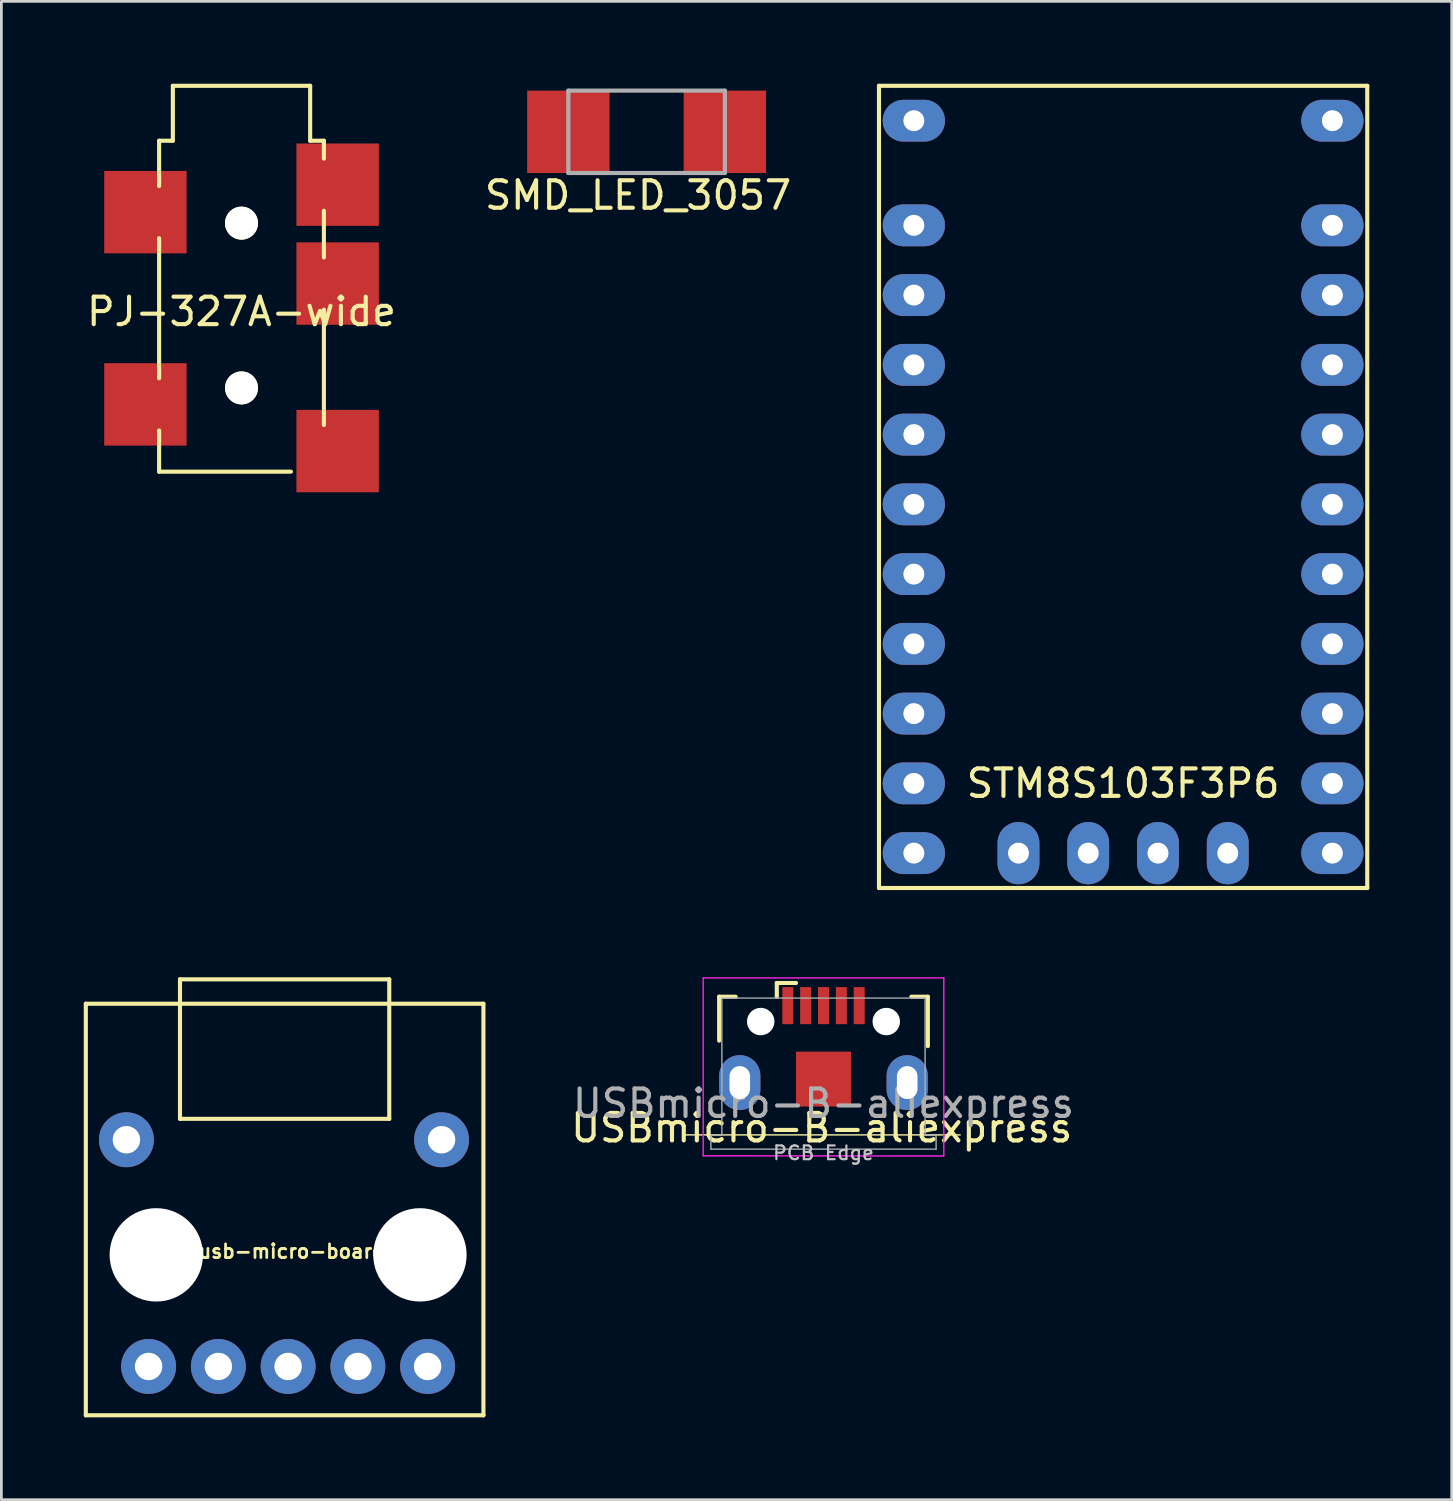
<source format=kicad_pcb>
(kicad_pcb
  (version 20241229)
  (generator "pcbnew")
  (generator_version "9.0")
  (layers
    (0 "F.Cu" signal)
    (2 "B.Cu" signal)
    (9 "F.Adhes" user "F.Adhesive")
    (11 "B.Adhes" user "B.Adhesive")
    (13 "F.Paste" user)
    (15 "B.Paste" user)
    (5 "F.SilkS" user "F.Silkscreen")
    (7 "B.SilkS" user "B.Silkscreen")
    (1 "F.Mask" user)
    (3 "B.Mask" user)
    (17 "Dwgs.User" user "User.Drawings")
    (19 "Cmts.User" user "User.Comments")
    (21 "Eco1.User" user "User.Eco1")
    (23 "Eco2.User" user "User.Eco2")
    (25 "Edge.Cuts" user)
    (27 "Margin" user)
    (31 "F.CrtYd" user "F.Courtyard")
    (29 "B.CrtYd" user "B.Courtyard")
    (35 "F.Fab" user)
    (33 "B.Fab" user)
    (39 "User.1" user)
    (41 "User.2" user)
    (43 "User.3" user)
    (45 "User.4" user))
  (footprint "USBmicro-B-aliexpress"
    (layer "F.Cu")
    (at 26.936 36.243)
    (property "Reference" "USBmicro-B-aliexpress" (at -0.064 1.778 0) (layer "F.SilkS") (effects (font (size 1 1) (thickness 0.15))))
    (attr through_hole)
    (fp_line (start -3.8 -3) (end -3.2 -3) (stroke (width 0.15) (type solid)) (layer "F.SilkS"))
    (fp_line (start -3.8 -1.4) (end -3.8 -3) (stroke (width 0.15) (type solid)) (layer "F.SilkS"))
    (fp_line (start -1.7 -3.5) (end -1.7 -3) (stroke (width 0.15) (type solid)) (layer "F.SilkS"))
    (fp_line (start -1 -3.5) (end -1.7 -3.5) (stroke (width 0.15) (type solid)) (layer "F.SilkS"))
    (fp_line (start 3.8 -3) (end 3.2 -3) (stroke (width 0.15) (type solid)) (layer "F.SilkS"))
    (fp_line (start 3.8 -1.2) (end 3.8 -3) (stroke (width 0.15) (type solid)) (layer "F.SilkS"))
    (fp_line (start 4.978 2.032) (end -5.022 2.032) (stroke (width 0.05) (type solid)) (layer "F.SilkS"))
    (fp_line (start -4.381 -3.683) (end -4.381 2.794) (stroke (width 0.05) (type solid)) (layer "F.CrtYd"))
    (fp_line (start -4.381 2.794) (end 4.381 2.8) (stroke (width 0.05) (type solid)) (layer "F.CrtYd"))
    (fp_line (start 4.381 -3.683) (end -4.381 -3.683) (stroke (width 0.05) (type solid)) (layer "F.CrtYd"))
    (fp_line (start 4.381 2.794) (end 4.381 -3.683) (stroke (width 0.05) (type solid)) (layer "F.CrtYd"))
    (fp_line (start -4.1 2.05) (end -3.7 2.05) (stroke (width 0.05) (type solid)) (layer "F.Fab"))
    (fp_line (start -4.1 2.55) (end -4.1 2.05) (stroke (width 0.05) (type solid)) (layer "F.Fab"))
    (fp_line (start -4.1 2.55) (end 4.1 2.55) (stroke (width 0.05) (type solid)) (layer "F.Fab"))
    (fp_line (start -3.7 -2.95) (end -3.7 2.05) (stroke (width 0.05) (type solid)) (layer "F.Fab"))
    (fp_line (start 3.7 -2.95) (end -3.7 -2.95) (stroke (width 0.05) (type solid)) (layer "F.Fab"))
    (fp_line (start 3.7 2.05) (end 3.7 -2.95) (stroke (width 0.05) (type solid)) (layer "F.Fab"))
    (fp_line (start 4.1 2.05) (end 3.7 2.05) (stroke (width 0.05) (type solid)) (layer "F.Fab"))
    (fp_line (start 4.1 2.55) (end 4.1 2.05) (stroke (width 0.05) (type solid)) (layer "F.Fab"))
    (fp_text user "PCB Edge" (at 0 2.688 0) (layer "Dwgs.User") (effects (font (size 0.5 0.5) (thickness 0.08))))
    (fp_text user "${REFERENCE}" (at 0 0.887 0) (layer "F.Fab") (effects (font (size 1 1) (thickness 0.15))))
    (pad "" thru_hole oval (at -3.048 0.127) (size 1.5 2) (drill oval 0.75 1.2) (layers "*.Cu" "*.Mask" "F.Paste"))
    (pad "" np_thru_hole oval (at -2.286 -2.095) (size 1 1) (drill oval 1) (layers "*.Cu" "*.Mask"))
    (pad "" smd rect (at 0 0) (size 2 2) (layers "F.Cu" "F.Mask" "F.Paste"))
    (pad "" np_thru_hole oval (at 2.286 -2.095) (size 1 1) (drill oval 1) (layers "*.Cu" "*.Mask"))
    (pad "" thru_hole oval (at 3.048 0.127) (size 1.5 2) (drill oval 0.75 1.2) (layers "*.Cu" "*.Mask" "F.Paste"))
    (pad "1" smd rect (at 1.3 -2.675) (size 0.4 1.35) (layers "F.Cu" "F.Mask" "F.Paste"))
    (pad "2" smd rect (at 0.65 -2.675) (size 0.4 1.35) (layers "F.Cu" "F.Mask" "F.Paste"))
    (pad "3" smd rect (at 0 -2.675) (size 0.4 1.35) (layers "F.Cu" "F.Mask" "F.Paste"))
    (pad "4" smd rect (at -0.65 -2.675) (size 0.4 1.35) (layers "F.Cu" "F.Mask" "F.Paste"))
    (pad "5" smd rect (at -1.3 -2.675) (size 0.4 1.35) (layers "F.Cu" "F.Mask" "F.Paste")))
  (footprint "PJ-327A-wide"
    (layer "F.Cu")
    (at 5.744 2.075)
    (property "Reference" "PJ-327A-wide" (at 0 6.223 0) (layer "F.SilkS") (effects (font (size 1 1) (thickness 0.15))))
    (attr through_hole)
    (fp_line (start -3 0) (end -3 1.65) (stroke (width 0.15) (type solid)) (layer "F.SilkS"))
    (fp_line (start -3 3.55) (end -3 8.65) (stroke (width 0.15) (type solid)) (layer "F.SilkS"))
    (fp_line (start -3 10.55) (end -3 12.05) (stroke (width 0.15) (type solid)) (layer "F.SilkS"))
    (fp_line (start -3 12.05) (end 1.8 12.05) (stroke (width 0.15) (type solid)) (layer "F.SilkS"))
    (fp_line (start -2.5 -2) (end -2.5 0) (stroke (width 0.15) (type solid)) (layer "F.SilkS"))
    (fp_line (start -2.5 0) (end -3 0) (stroke (width 0.15) (type solid)) (layer "F.SilkS"))
    (fp_line (start 2.5 -2) (end -2.5 -2) (stroke (width 0.15) (type solid)) (layer "F.SilkS"))
    (fp_line (start 2.5 0) (end 2.5 -2) (stroke (width 0.15) (type solid)) (layer "F.SilkS"))
    (fp_line (start 3 0) (end 2.5 0) (stroke (width 0.15) (type solid)) (layer "F.SilkS"))
    (fp_line (start 3 0.65) (end 3 0) (stroke (width 0.15) (type solid)) (layer "F.SilkS"))
    (fp_line (start 3 2.55) (end 3 4.25) (stroke (width 0.15) (type solid)) (layer "F.SilkS"))
    (fp_line (start 3 6.15) (end 3 10.35) (stroke (width 0.15) (type solid)) (layer "F.SilkS"))
    (pad "" np_thru_hole circle (at 0 3) (size 1.2 1.2) (drill 1.2) (layers "*.Cu" "*.Mask" "F.SilkS"))
    (pad "" np_thru_hole circle (at 0 9) (size 1.2 1.2) (drill 1.2) (layers "*.Cu" "*.Mask" "F.SilkS"))
    (pad "1" smd rect (at -3.5 9.6) (size 3 3) (layers "F.Cu" "F.Mask" "F.Paste"))
    (pad "2" smd rect (at 3.5 5.2) (size 3 3) (layers "F.Cu" "F.Mask" "F.Paste"))
    (pad "3" smd rect (at -3.5 2.6) (size 3 3) (layers "F.Cu" "F.Mask" "F.Paste"))
    (pad "4" smd rect (at 3.5 1.6) (size 3 3) (layers "F.Cu" "F.Mask" "F.Paste"))
    (pad "6" smd rect (at 3.5 11.3) (size 3 3) (layers "F.Cu" "F.Mask" "F.Paste")))
  (footprint "SMD_LED_3057"
    (layer "F.Cu")
    (at 17.645 0.25)
    (property "Reference" "SMD_LED_3057" (at 2.54 3.81 0) (layer "F.SilkS") (effects (font (size 1 1) (thickness 0.15))))
    (attr through_hole)
    (fp_line (start 0 0) (end 0 3) (stroke (width 0.15) (type solid)) (layer "F.Fab"))
    (fp_line (start 0 0) (end 5.7 0) (stroke (width 0.15) (type solid)) (layer "F.Fab"))
    (fp_line (start 0 3) (end 5.7 3) (stroke (width 0.15) (type solid)) (layer "F.Fab"))
    (fp_line (start 5.7 0) (end 5.7 3) (stroke (width 0.15) (type solid)) (layer "F.Fab"))
    (pad "1" smd rect (at 0 1.5) (size 3 3) (layers "F.Cu" "F.Mask" "F.Paste"))
    (pad "2" smd rect (at 5.7 1.5) (size 3 3) (layers "F.Cu" "F.Mask" "F.Paste")))
  (footprint "STM8S103F3P6"
    (layer "F.Cu")
    (at 37.846 29.285)
    (property "Reference" "STM8S103F3P6" (at 0 -3.81 0) (layer "F.SilkS") (effects (font (size 1 1) (thickness 0.15))))
    (attr through_hole)
    (fp_line (start -8.89 -29.21) (end 8.89 -29.21) (stroke (width 0.15) (type solid)) (layer "F.SilkS"))
    (fp_line (start -8.89 0) (end -8.89 -29.21) (stroke (width 0.15) (type solid)) (layer "F.SilkS"))
    (fp_line (start 8.89 -29.21) (end 8.89 0) (stroke (width 0.15) (type solid)) (layer "F.SilkS"))
    (fp_line (start 8.89 0) (end -8.89 0) (stroke (width 0.15) (type solid)) (layer "F.SilkS"))
    (pad "1" thru_hole oval (at -7.62 -24.13) (size 2.268 1.524) (drill 0.762) (layers "*.Cu" "*.Mask"))
    (pad "2" thru_hole oval (at -7.62 -21.59) (size 2.268 1.524) (drill 0.762) (layers "*.Cu" "*.Mask"))
    (pad "3" thru_hole oval (at -7.62 -19.05) (size 2.268 1.524) (drill 0.762) (layers "*.Cu" "*.Mask"))
    (pad "4" thru_hole oval (at -7.62 -16.51) (size 2.268 1.524) (drill 0.762) (layers "*.Cu" "*.Mask"))
    (pad "5" thru_hole oval (at -7.62 -13.97) (size 2.268 1.524) (drill 0.762) (layers "*.Cu" "*.Mask"))
    (pad "6" thru_hole oval (at -7.62 -11.43) (size 2.268 1.524) (drill 0.762) (layers "*.Cu" "*.Mask"))
    (pad "7" thru_hole oval (at -7.62 -8.89) (size 2.268 1.524) (drill 0.762) (layers "*.Cu" "*.Mask"))
    (pad "8" thru_hole oval (at -7.62 -6.35) (size 2.268 1.524) (drill 0.762) (layers "*.Cu" "*.Mask"))
    (pad "9" thru_hole oval (at -7.62 -3.81) (size 2.268 1.524) (drill 0.762) (layers "*.Cu" "*.Mask"))
    (pad "10" thru_hole oval (at -7.62 -1.27) (size 2.268 1.524) (drill 0.762) (layers "*.Cu" "*.Mask"))
    (pad "11" thru_hole oval (at 7.62 -24.13) (size 2.268 1.524) (drill 0.762) (layers "*.Cu" "*.Mask"))
    (pad "12" thru_hole oval (at 7.62 -21.59) (size 2.268 1.524) (drill 0.762) (layers "*.Cu" "*.Mask"))
    (pad "13" thru_hole oval (at 7.62 -19.05) (size 2.268 1.524) (drill 0.762) (layers "*.Cu" "*.Mask"))
    (pad "14" thru_hole oval (at 7.62 -16.51) (size 2.268 1.524) (drill 0.762) (layers "*.Cu" "*.Mask"))
    (pad "15" thru_hole oval (at 7.62 -13.97) (size 2.268 1.524) (drill 0.762) (layers "*.Cu" "*.Mask"))
    (pad "16" thru_hole oval (at 7.62 -11.43) (size 2.268 1.524) (drill 0.762) (layers "*.Cu" "*.Mask"))
    (pad "17" thru_hole oval (at 7.62 -8.89) (size 2.268 1.524) (drill 0.762) (layers "*.Cu" "*.Mask"))
    (pad "18" thru_hole oval (at 7.62 -6.35) (size 2.268 1.524) (drill 0.762) (layers "*.Cu" "*.Mask"))
    (pad "19" thru_hole oval (at 7.62 -3.81) (size 2.268 1.524) (drill 0.762) (layers "*.Cu" "*.Mask"))
    (pad "20" thru_hole oval (at 7.62 -1.27) (size 2.268 1.524) (drill 0.762) (layers "*.Cu" "*.Mask"))
    (pad "21" thru_hole oval (at -3.81 -1.27) (size 1.524 2.268) (drill 0.762) (layers "*.Cu" "*.Mask"))
    (pad "22" thru_hole oval (at -1.27 -1.27) (size 1.524 2.268) (drill 0.762) (layers "*.Cu" "*.Mask"))
    (pad "23" thru_hole oval (at 1.27 -1.27) (size 1.524 2.268) (drill 0.762) (layers "*.Cu" "*.Mask"))
    (pad "24" thru_hole oval (at 3.81 -1.27) (size 1.524 2.268) (drill 0.762) (layers "*.Cu" "*.Mask"))
    (pad "25" thru_hole oval (at -7.62 -27.94) (size 2.268 1.524) (drill 0.762) (layers "*.Cu" "*.Mask"))
    (pad "26" thru_hole oval (at 7.62 -27.94) (size 2.268 1.524) (drill 0.762) (layers "*.Cu" "*.Mask")))
  (footprint "usb-micro-board"
    (layer "F.Cu")
    (at 7.441 41.246)
    (property "Reference" "usb-micro-board" (at 0.127 1.27 0) (layer "F.SilkS") (effects (font (size 0.5 0.5) (thickness 0.1))))
    (attr through_hole)
    (fp_line (start -7.366 -7.747) (end -7.366 7.239) (stroke (width 0.15) (type solid)) (layer "F.SilkS"))
    (fp_line (start -7.366 7.239) (end 7.112 7.239) (stroke (width 0.15) (type solid)) (layer "F.SilkS"))
    (fp_line (start -3.937 -8.636) (end 3.683 -8.636) (stroke (width 0.15) (type solid)) (layer "F.SilkS"))
    (fp_line (start -3.937 -3.556) (end -3.937 -8.636) (stroke (width 0.15) (type solid)) (layer "F.SilkS"))
    (fp_line (start 3.683 -8.636) (end 3.683 -3.556) (stroke (width 0.15) (type solid)) (layer "F.SilkS"))
    (fp_line (start 3.683 -3.556) (end -3.937 -3.556) (stroke (width 0.15) (type solid)) (layer "F.SilkS"))
    (fp_line (start 7.112 -7.747) (end -7.366 -7.747) (stroke (width 0.15) (type solid)) (layer "F.SilkS"))
    (fp_line (start 7.112 7.239) (end 7.112 -7.747) (stroke (width 0.15) (type solid)) (layer "F.SilkS"))
    (pad "" np_thru_hole circle (at -4.8 1.397) (size 3.4 3.4) (drill 3.4) (layers "*.Cu" "*.Mask"))
    (pad "" np_thru_hole circle (at 4.8 1.397) (size 3.4 3.4) (drill 3.4) (layers "*.Cu" "*.Mask"))
    (pad "1" thru_hole circle (at -5.08 5.461) (size 2 2) (drill 1) (layers "*.Cu" "*.Mask"))
    (pad "2" thru_hole circle (at -2.54 5.461) (size 2 2) (drill 1) (layers "*.Cu" "*.Mask"))
    (pad "3" thru_hole circle (at 0 5.461) (size 2 2) (drill 1) (layers "*.Cu" "*.Mask"))
    (pad "4" thru_hole circle (at 2.54 5.461) (size 2 2) (drill 1) (layers "*.Cu" "*.Mask"))
    (pad "5" thru_hole circle (at 5.08 5.461) (size 2 2) (drill 1) (layers "*.Cu" "*.Mask"))
    (pad "6" thru_hole circle (at -5.888 -2.794) (size 2 2) (drill 1) (layers "*.Cu" "*.Mask"))
    (pad "6" thru_hole circle (at 5.588 -2.794) (size 2 2) (drill 1) (layers "*.Cu" "*.Mask")))
  (gr_rect
    (start -3 -3)
    (end 49.811 51.56)
    (stroke (width 0.1) (type default))
    (fill no)
    (layer "Edge.Cuts")))
</source>
